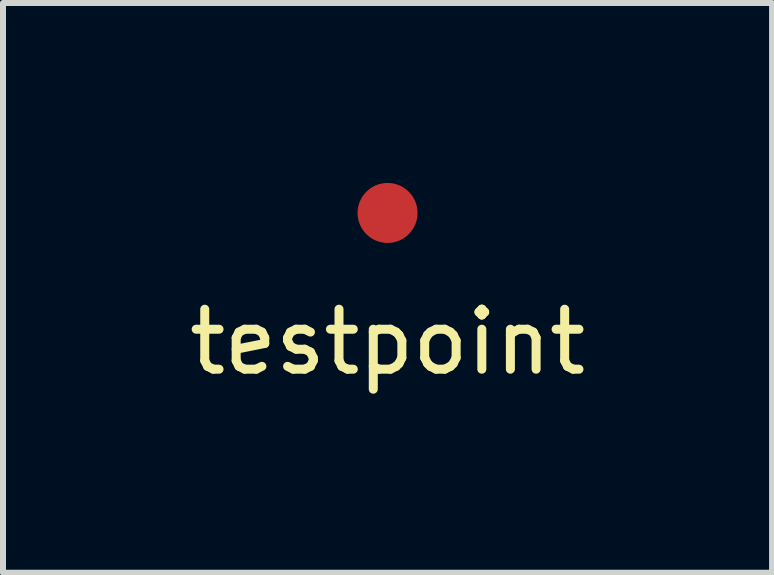
<source format=kicad_pcb>
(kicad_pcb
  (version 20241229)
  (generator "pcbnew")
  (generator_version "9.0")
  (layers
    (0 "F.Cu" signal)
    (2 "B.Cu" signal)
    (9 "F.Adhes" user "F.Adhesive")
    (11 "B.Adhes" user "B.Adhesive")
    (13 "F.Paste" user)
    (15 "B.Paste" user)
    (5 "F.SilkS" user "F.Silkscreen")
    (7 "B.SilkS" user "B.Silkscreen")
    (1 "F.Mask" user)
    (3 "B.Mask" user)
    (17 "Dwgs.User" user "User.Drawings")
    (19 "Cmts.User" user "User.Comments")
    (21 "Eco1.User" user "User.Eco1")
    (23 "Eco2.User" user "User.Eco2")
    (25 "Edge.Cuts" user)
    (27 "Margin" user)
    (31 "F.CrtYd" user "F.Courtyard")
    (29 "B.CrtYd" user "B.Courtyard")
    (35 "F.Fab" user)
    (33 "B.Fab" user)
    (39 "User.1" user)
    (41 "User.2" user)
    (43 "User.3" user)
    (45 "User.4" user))
  (footprint "testpoint"
    (layer "F.Cu")
    (at 3.411 0.5)
    (property "Reference" "testpoint" (at 0 2.15 0) (layer "F.SilkS") (effects (font (size 1 1) (thickness 0.15))))
    (attr through_hole)
    (pad "1" smd circle (at 0 0) (size 1 1) (layers "F.Cu" "F.Mask" "F.Paste")))
  (gr_rect
    (start -3 -3)
    (end 9.821 6.498)
    (stroke (width 0.1) (type default))
    (fill no)
    (layer "Edge.Cuts")))
</source>
